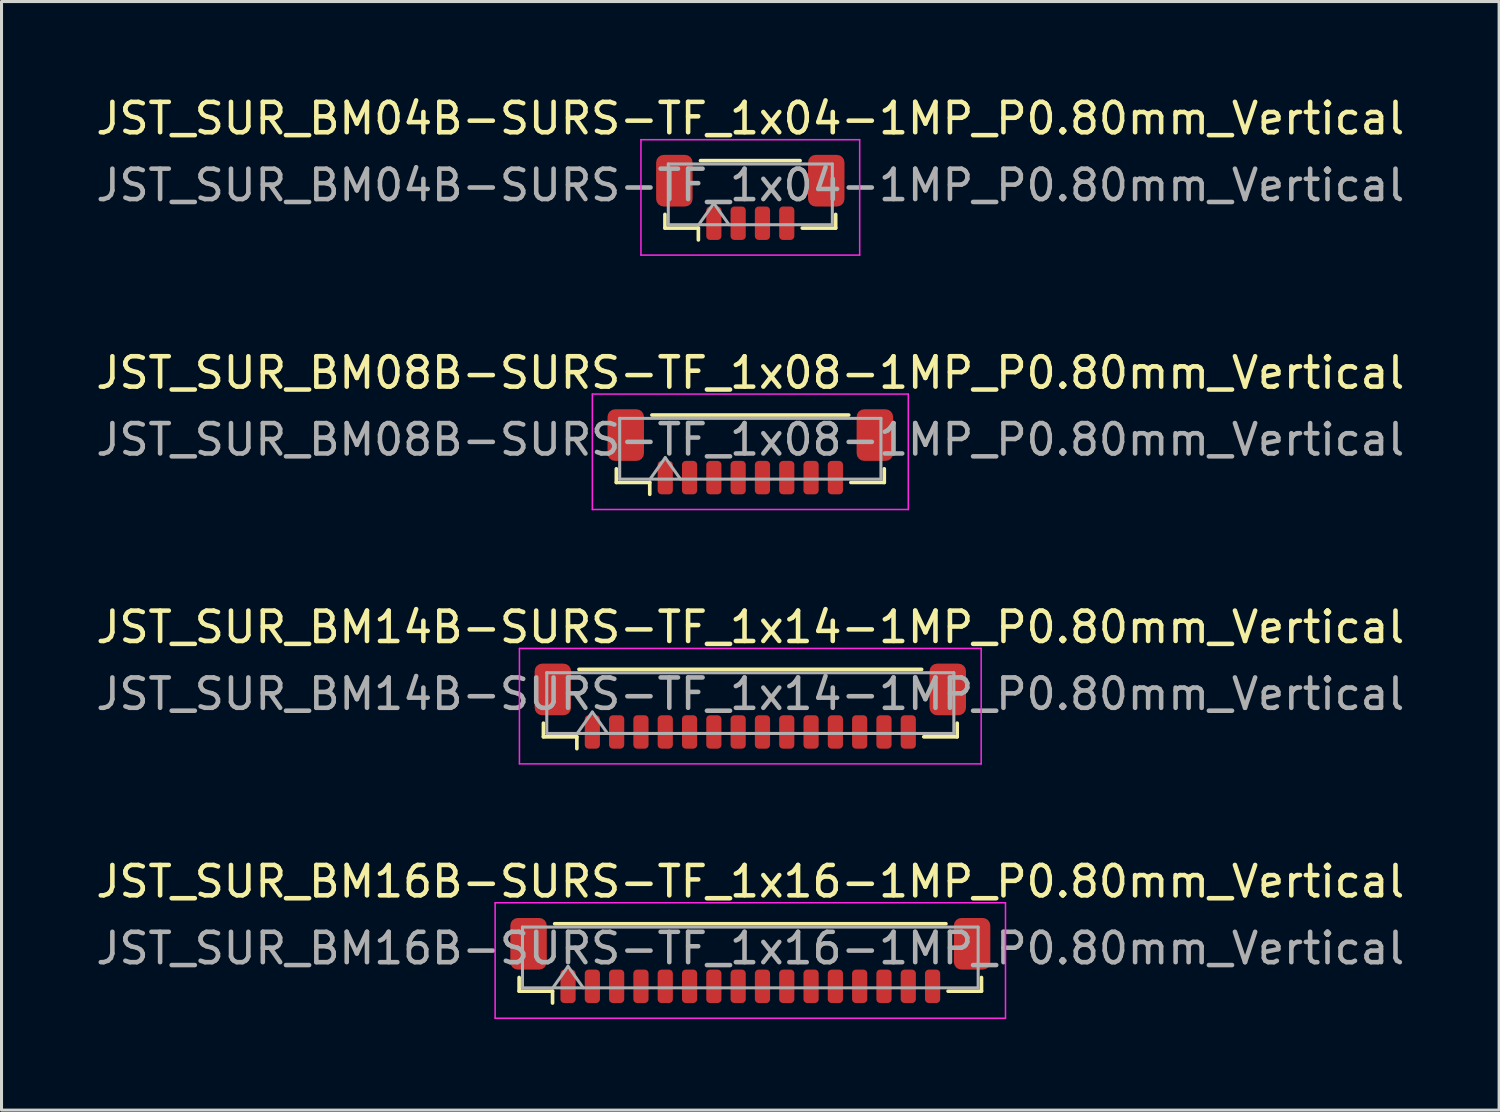
<source format=kicad_pcb>
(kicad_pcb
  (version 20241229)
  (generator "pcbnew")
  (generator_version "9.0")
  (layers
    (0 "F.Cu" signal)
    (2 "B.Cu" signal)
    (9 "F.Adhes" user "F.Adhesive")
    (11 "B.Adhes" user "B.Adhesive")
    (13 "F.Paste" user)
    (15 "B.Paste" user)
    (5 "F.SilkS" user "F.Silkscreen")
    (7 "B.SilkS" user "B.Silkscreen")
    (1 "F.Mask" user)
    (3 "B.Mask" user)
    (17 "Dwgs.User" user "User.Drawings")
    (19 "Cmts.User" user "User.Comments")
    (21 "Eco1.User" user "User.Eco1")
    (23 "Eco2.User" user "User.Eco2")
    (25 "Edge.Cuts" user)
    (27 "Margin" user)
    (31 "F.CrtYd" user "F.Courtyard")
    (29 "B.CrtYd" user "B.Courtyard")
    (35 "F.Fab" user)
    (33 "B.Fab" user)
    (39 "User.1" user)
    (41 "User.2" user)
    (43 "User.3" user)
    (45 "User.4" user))
  (footprint "JST_SUR_BM16B-SURS-TF_1x16-1MP_P0.80mm_Vertical"
    (layer "F.Cu")
    (at 21.649 28.568)
    (property "Reference" "JST_SUR_BM16B-SURS-TF_1x16-1MP_P0.80mm_Vertical" (at 0 -2.6 0) (layer "F.SilkS") (effects (font (size 1 1) (thickness 0.15))))
    (attr smd)
    (fp_line (start -7.61 0.56) (end -7.61 1.01) (stroke (width 0.12) (type solid)) (layer "F.SilkS"))
    (fp_line (start -7.61 1.01) (end -6.51 1.01) (stroke (width 0.12) (type solid)) (layer "F.SilkS"))
    (fp_line (start -6.51 1.01) (end -6.51 1.4) (stroke (width 0.12) (type solid)) (layer "F.SilkS"))
    (fp_line (start -6.44 -1.21) (end 6.44 -1.21) (stroke (width 0.12) (type solid)) (layer "F.SilkS"))
    (fp_line (start 7.61 0.56) (end 7.61 1.01) (stroke (width 0.12) (type solid)) (layer "F.SilkS"))
    (fp_line (start 7.61 1.01) (end 6.51 1.01) (stroke (width 0.12) (type solid)) (layer "F.SilkS"))
    (fp_line (start -8.4 -1.9) (end -8.4 1.9) (stroke (width 0.05) (type solid)) (layer "F.CrtYd"))
    (fp_line (start -8.4 1.9) (end 8.4 1.9) (stroke (width 0.05) (type solid)) (layer "F.CrtYd"))
    (fp_line (start 8.4 -1.9) (end -8.4 -1.9) (stroke (width 0.05) (type solid)) (layer "F.CrtYd"))
    (fp_line (start 8.4 1.9) (end 8.4 -1.9) (stroke (width 0.05) (type solid)) (layer "F.CrtYd"))
    (fp_line (start -7.5 -1.1) (end 7.5 -1.1) (stroke (width 0.1) (type solid)) (layer "F.Fab"))
    (fp_line (start -7.5 0.9) (end -7.5 -1.1) (stroke (width 0.1) (type solid)) (layer "F.Fab"))
    (fp_line (start -7.5 0.9) (end 7.5 0.9) (stroke (width 0.1) (type solid)) (layer "F.Fab"))
    (fp_line (start -6.5 0.9) (end -6 0.193) (stroke (width 0.1) (type solid)) (layer "F.Fab"))
    (fp_line (start -6 0.193) (end -5.5 0.9) (stroke (width 0.1) (type solid)) (layer "F.Fab"))
    (fp_line (start 7.5 0.9) (end 7.5 -1.1) (stroke (width 0.1) (type solid)) (layer "F.Fab"))
    (fp_text user "${REFERENCE}" (at 0 -0.4 0) (layer "F.Fab") (effects (font (size 1 1) (thickness 0.15))))
    (pad "1" smd roundrect (at -6 0.85) (size 0.5 1.1) (layers "F.Cu" "F.Mask" "F.Paste") (roundrect_rratio 0.25))
    (pad "2" smd roundrect (at -5.2 0.85) (size 0.5 1.1) (layers "F.Cu" "F.Mask" "F.Paste") (roundrect_rratio 0.25))
    (pad "3" smd roundrect (at -4.4 0.85) (size 0.5 1.1) (layers "F.Cu" "F.Mask" "F.Paste") (roundrect_rratio 0.25))
    (pad "4" smd roundrect (at -3.6 0.85) (size 0.5 1.1) (layers "F.Cu" "F.Mask" "F.Paste") (roundrect_rratio 0.25))
    (pad "5" smd roundrect (at -2.8 0.85) (size 0.5 1.1) (layers "F.Cu" "F.Mask" "F.Paste") (roundrect_rratio 0.25))
    (pad "6" smd roundrect (at -2 0.85) (size 0.5 1.1) (layers "F.Cu" "F.Mask" "F.Paste") (roundrect_rratio 0.25))
    (pad "7" smd roundrect (at -1.2 0.85) (size 0.5 1.1) (layers "F.Cu" "F.Mask" "F.Paste") (roundrect_rratio 0.25))
    (pad "8" smd roundrect (at -0.4 0.85) (size 0.5 1.1) (layers "F.Cu" "F.Mask" "F.Paste") (roundrect_rratio 0.25))
    (pad "9" smd roundrect (at 0.4 0.85) (size 0.5 1.1) (layers "F.Cu" "F.Mask" "F.Paste") (roundrect_rratio 0.25))
    (pad "10" smd roundrect (at 1.2 0.85) (size 0.5 1.1) (layers "F.Cu" "F.Mask" "F.Paste") (roundrect_rratio 0.25))
    (pad "11" smd roundrect (at 2 0.85) (size 0.5 1.1) (layers "F.Cu" "F.Mask" "F.Paste") (roundrect_rratio 0.25))
    (pad "12" smd roundrect (at 2.8 0.85) (size 0.5 1.1) (layers "F.Cu" "F.Mask" "F.Paste") (roundrect_rratio 0.25))
    (pad "13" smd roundrect (at 3.6 0.85) (size 0.5 1.1) (layers "F.Cu" "F.Mask" "F.Paste") (roundrect_rratio 0.25))
    (pad "14" smd roundrect (at 4.4 0.85) (size 0.5 1.1) (layers "F.Cu" "F.Mask" "F.Paste") (roundrect_rratio 0.25))
    (pad "15" smd roundrect (at 5.2 0.85) (size 0.5 1.1) (layers "F.Cu" "F.Mask" "F.Paste") (roundrect_rratio 0.25))
    (pad "16" smd roundrect (at 6 0.85) (size 0.5 1.1) (layers "F.Cu" "F.Mask" "F.Paste") (roundrect_rratio 0.25))
    (pad "MP" smd roundrect (at -7.3 -0.55) (size 1.2 1.7) (layers "F.Cu" "F.Mask" "F.Paste") (roundrect_rratio 0.208))
    (pad "MP" smd roundrect (at 7.3 -0.55) (size 1.2 1.7) (layers "F.Cu" "F.Mask" "F.Paste") (roundrect_rratio 0.208)))
  (footprint "JST_SUR_BM14B-SURS-TF_1x14-1MP_P0.80mm_Vertical"
    (layer "F.Cu")
    (at 21.649 20.195)
    (property "Reference" "JST_SUR_BM14B-SURS-TF_1x14-1MP_P0.80mm_Vertical" (at 0 -2.6 0) (layer "F.SilkS") (effects (font (size 1 1) (thickness 0.15))))
    (attr smd)
    (fp_line (start -6.81 0.56) (end -6.81 1.01) (stroke (width 0.12) (type solid)) (layer "F.SilkS"))
    (fp_line (start -6.81 1.01) (end -5.71 1.01) (stroke (width 0.12) (type solid)) (layer "F.SilkS"))
    (fp_line (start -5.71 1.01) (end -5.71 1.4) (stroke (width 0.12) (type solid)) (layer "F.SilkS"))
    (fp_line (start -5.64 -1.21) (end 5.64 -1.21) (stroke (width 0.12) (type solid)) (layer "F.SilkS"))
    (fp_line (start 6.81 0.56) (end 6.81 1.01) (stroke (width 0.12) (type solid)) (layer "F.SilkS"))
    (fp_line (start 6.81 1.01) (end 5.71 1.01) (stroke (width 0.12) (type solid)) (layer "F.SilkS"))
    (fp_line (start -7.6 -1.9) (end -7.6 1.9) (stroke (width 0.05) (type solid)) (layer "F.CrtYd"))
    (fp_line (start -7.6 1.9) (end 7.6 1.9) (stroke (width 0.05) (type solid)) (layer "F.CrtYd"))
    (fp_line (start 7.6 -1.9) (end -7.6 -1.9) (stroke (width 0.05) (type solid)) (layer "F.CrtYd"))
    (fp_line (start 7.6 1.9) (end 7.6 -1.9) (stroke (width 0.05) (type solid)) (layer "F.CrtYd"))
    (fp_line (start -6.7 -1.1) (end 6.7 -1.1) (stroke (width 0.1) (type solid)) (layer "F.Fab"))
    (fp_line (start -6.7 0.9) (end -6.7 -1.1) (stroke (width 0.1) (type solid)) (layer "F.Fab"))
    (fp_line (start -6.7 0.9) (end 6.7 0.9) (stroke (width 0.1) (type solid)) (layer "F.Fab"))
    (fp_line (start -5.7 0.9) (end -5.2 0.193) (stroke (width 0.1) (type solid)) (layer "F.Fab"))
    (fp_line (start -5.2 0.193) (end -4.7 0.9) (stroke (width 0.1) (type solid)) (layer "F.Fab"))
    (fp_line (start 6.7 0.9) (end 6.7 -1.1) (stroke (width 0.1) (type solid)) (layer "F.Fab"))
    (fp_text user "${REFERENCE}" (at 0 -0.4 0) (layer "F.Fab") (effects (font (size 1 1) (thickness 0.15))))
    (pad "1" smd roundrect (at -5.2 0.85) (size 0.5 1.1) (layers "F.Cu" "F.Mask" "F.Paste") (roundrect_rratio 0.25))
    (pad "2" smd roundrect (at -4.4 0.85) (size 0.5 1.1) (layers "F.Cu" "F.Mask" "F.Paste") (roundrect_rratio 0.25))
    (pad "3" smd roundrect (at -3.6 0.85) (size 0.5 1.1) (layers "F.Cu" "F.Mask" "F.Paste") (roundrect_rratio 0.25))
    (pad "4" smd roundrect (at -2.8 0.85) (size 0.5 1.1) (layers "F.Cu" "F.Mask" "F.Paste") (roundrect_rratio 0.25))
    (pad "5" smd roundrect (at -2 0.85) (size 0.5 1.1) (layers "F.Cu" "F.Mask" "F.Paste") (roundrect_rratio 0.25))
    (pad "6" smd roundrect (at -1.2 0.85) (size 0.5 1.1) (layers "F.Cu" "F.Mask" "F.Paste") (roundrect_rratio 0.25))
    (pad "7" smd roundrect (at -0.4 0.85) (size 0.5 1.1) (layers "F.Cu" "F.Mask" "F.Paste") (roundrect_rratio 0.25))
    (pad "8" smd roundrect (at 0.4 0.85) (size 0.5 1.1) (layers "F.Cu" "F.Mask" "F.Paste") (roundrect_rratio 0.25))
    (pad "9" smd roundrect (at 1.2 0.85) (size 0.5 1.1) (layers "F.Cu" "F.Mask" "F.Paste") (roundrect_rratio 0.25))
    (pad "10" smd roundrect (at 2 0.85) (size 0.5 1.1) (layers "F.Cu" "F.Mask" "F.Paste") (roundrect_rratio 0.25))
    (pad "11" smd roundrect (at 2.8 0.85) (size 0.5 1.1) (layers "F.Cu" "F.Mask" "F.Paste") (roundrect_rratio 0.25))
    (pad "12" smd roundrect (at 3.6 0.85) (size 0.5 1.1) (layers "F.Cu" "F.Mask" "F.Paste") (roundrect_rratio 0.25))
    (pad "13" smd roundrect (at 4.4 0.85) (size 0.5 1.1) (layers "F.Cu" "F.Mask" "F.Paste") (roundrect_rratio 0.25))
    (pad "14" smd roundrect (at 5.2 0.85) (size 0.5 1.1) (layers "F.Cu" "F.Mask" "F.Paste") (roundrect_rratio 0.25))
    (pad "MP" smd roundrect (at -6.5 -0.55) (size 1.2 1.7) (layers "F.Cu" "F.Mask" "F.Paste") (roundrect_rratio 0.208))
    (pad "MP" smd roundrect (at 6.5 -0.55) (size 1.2 1.7) (layers "F.Cu" "F.Mask" "F.Paste") (roundrect_rratio 0.208)))
  (footprint "JST_SUR_BM08B-SURS-TF_1x08-1MP_P0.80mm_Vertical"
    (layer "F.Cu")
    (at 21.649 11.822)
    (property "Reference" "JST_SUR_BM08B-SURS-TF_1x08-1MP_P0.80mm_Vertical" (at 0 -2.6 0) (layer "F.SilkS") (effects (font (size 1 1) (thickness 0.15))))
    (attr smd)
    (fp_line (start -4.41 0.56) (end -4.41 1.01) (stroke (width 0.12) (type solid)) (layer "F.SilkS"))
    (fp_line (start -4.41 1.01) (end -3.31 1.01) (stroke (width 0.12) (type solid)) (layer "F.SilkS"))
    (fp_line (start -3.31 1.01) (end -3.31 1.4) (stroke (width 0.12) (type solid)) (layer "F.SilkS"))
    (fp_line (start -3.24 -1.21) (end 3.24 -1.21) (stroke (width 0.12) (type solid)) (layer "F.SilkS"))
    (fp_line (start 4.41 0.56) (end 4.41 1.01) (stroke (width 0.12) (type solid)) (layer "F.SilkS"))
    (fp_line (start 4.41 1.01) (end 3.31 1.01) (stroke (width 0.12) (type solid)) (layer "F.SilkS"))
    (fp_line (start -5.2 -1.9) (end -5.2 1.9) (stroke (width 0.05) (type solid)) (layer "F.CrtYd"))
    (fp_line (start -5.2 1.9) (end 5.2 1.9) (stroke (width 0.05) (type solid)) (layer "F.CrtYd"))
    (fp_line (start 5.2 -1.9) (end -5.2 -1.9) (stroke (width 0.05) (type solid)) (layer "F.CrtYd"))
    (fp_line (start 5.2 1.9) (end 5.2 -1.9) (stroke (width 0.05) (type solid)) (layer "F.CrtYd"))
    (fp_line (start -4.3 -1.1) (end 4.3 -1.1) (stroke (width 0.1) (type solid)) (layer "F.Fab"))
    (fp_line (start -4.3 0.9) (end -4.3 -1.1) (stroke (width 0.1) (type solid)) (layer "F.Fab"))
    (fp_line (start -4.3 0.9) (end 4.3 0.9) (stroke (width 0.1) (type solid)) (layer "F.Fab"))
    (fp_line (start -3.3 0.9) (end -2.8 0.193) (stroke (width 0.1) (type solid)) (layer "F.Fab"))
    (fp_line (start -2.8 0.193) (end -2.3 0.9) (stroke (width 0.1) (type solid)) (layer "F.Fab"))
    (fp_line (start 4.3 0.9) (end 4.3 -1.1) (stroke (width 0.1) (type solid)) (layer "F.Fab"))
    (fp_text user "${REFERENCE}" (at 0 -0.4 0) (layer "F.Fab") (effects (font (size 1 1) (thickness 0.15))))
    (pad "1" smd roundrect (at -2.8 0.85) (size 0.5 1.1) (layers "F.Cu" "F.Mask" "F.Paste") (roundrect_rratio 0.25))
    (pad "2" smd roundrect (at -2 0.85) (size 0.5 1.1) (layers "F.Cu" "F.Mask" "F.Paste") (roundrect_rratio 0.25))
    (pad "3" smd roundrect (at -1.2 0.85) (size 0.5 1.1) (layers "F.Cu" "F.Mask" "F.Paste") (roundrect_rratio 0.25))
    (pad "4" smd roundrect (at -0.4 0.85) (size 0.5 1.1) (layers "F.Cu" "F.Mask" "F.Paste") (roundrect_rratio 0.25))
    (pad "5" smd roundrect (at 0.4 0.85) (size 0.5 1.1) (layers "F.Cu" "F.Mask" "F.Paste") (roundrect_rratio 0.25))
    (pad "6" smd roundrect (at 1.2 0.85) (size 0.5 1.1) (layers "F.Cu" "F.Mask" "F.Paste") (roundrect_rratio 0.25))
    (pad "7" smd roundrect (at 2 0.85) (size 0.5 1.1) (layers "F.Cu" "F.Mask" "F.Paste") (roundrect_rratio 0.25))
    (pad "8" smd roundrect (at 2.8 0.85) (size 0.5 1.1) (layers "F.Cu" "F.Mask" "F.Paste") (roundrect_rratio 0.25))
    (pad "MP" smd roundrect (at -4.1 -0.55) (size 1.2 1.7) (layers "F.Cu" "F.Mask" "F.Paste") (roundrect_rratio 0.208))
    (pad "MP" smd roundrect (at 4.1 -0.55) (size 1.2 1.7) (layers "F.Cu" "F.Mask" "F.Paste") (roundrect_rratio 0.208)))
  (footprint "JST_SUR_BM04B-SURS-TF_1x04-1MP_P0.80mm_Vertical"
    (layer "F.Cu")
    (at 21.649 3.448)
    (property "Reference" "JST_SUR_BM04B-SURS-TF_1x04-1MP_P0.80mm_Vertical" (at 0 -2.6 0) (layer "F.SilkS") (effects (font (size 1 1) (thickness 0.15))))
    (attr smd)
    (fp_line (start -2.81 0.56) (end -2.81 1.01) (stroke (width 0.12) (type solid)) (layer "F.SilkS"))
    (fp_line (start -2.81 1.01) (end -1.71 1.01) (stroke (width 0.12) (type solid)) (layer "F.SilkS"))
    (fp_line (start -1.71 1.01) (end -1.71 1.4) (stroke (width 0.12) (type solid)) (layer "F.SilkS"))
    (fp_line (start -1.64 -1.21) (end 1.64 -1.21) (stroke (width 0.12) (type solid)) (layer "F.SilkS"))
    (fp_line (start 2.81 0.56) (end 2.81 1.01) (stroke (width 0.12) (type solid)) (layer "F.SilkS"))
    (fp_line (start 2.81 1.01) (end 1.71 1.01) (stroke (width 0.12) (type solid)) (layer "F.SilkS"))
    (fp_line (start -3.6 -1.9) (end -3.6 1.9) (stroke (width 0.05) (type solid)) (layer "F.CrtYd"))
    (fp_line (start -3.6 1.9) (end 3.6 1.9) (stroke (width 0.05) (type solid)) (layer "F.CrtYd"))
    (fp_line (start 3.6 -1.9) (end -3.6 -1.9) (stroke (width 0.05) (type solid)) (layer "F.CrtYd"))
    (fp_line (start 3.6 1.9) (end 3.6 -1.9) (stroke (width 0.05) (type solid)) (layer "F.CrtYd"))
    (fp_line (start -2.7 -1.1) (end 2.7 -1.1) (stroke (width 0.1) (type solid)) (layer "F.Fab"))
    (fp_line (start -2.7 0.9) (end -2.7 -1.1) (stroke (width 0.1) (type solid)) (layer "F.Fab"))
    (fp_line (start -2.7 0.9) (end 2.7 0.9) (stroke (width 0.1) (type solid)) (layer "F.Fab"))
    (fp_line (start -1.7 0.9) (end -1.2 0.193) (stroke (width 0.1) (type solid)) (layer "F.Fab"))
    (fp_line (start -1.2 0.193) (end -0.7 0.9) (stroke (width 0.1) (type solid)) (layer "F.Fab"))
    (fp_line (start 2.7 0.9) (end 2.7 -1.1) (stroke (width 0.1) (type solid)) (layer "F.Fab"))
    (fp_text user "${REFERENCE}" (at 0 -0.4 0) (layer "F.Fab") (effects (font (size 1 1) (thickness 0.15))))
    (pad "1" smd roundrect (at -1.2 0.85) (size 0.5 1.1) (layers "F.Cu" "F.Mask" "F.Paste") (roundrect_rratio 0.25))
    (pad "2" smd roundrect (at -0.4 0.85) (size 0.5 1.1) (layers "F.Cu" "F.Mask" "F.Paste") (roundrect_rratio 0.25))
    (pad "3" smd roundrect (at 0.4 0.85) (size 0.5 1.1) (layers "F.Cu" "F.Mask" "F.Paste") (roundrect_rratio 0.25))
    (pad "4" smd roundrect (at 1.2 0.85) (size 0.5 1.1) (layers "F.Cu" "F.Mask" "F.Paste") (roundrect_rratio 0.25))
    (pad "MP" smd roundrect (at -2.5 -0.55) (size 1.2 1.7) (layers "F.Cu" "F.Mask" "F.Paste") (roundrect_rratio 0.208))
    (pad "MP" smd roundrect (at 2.5 -0.55) (size 1.2 1.7) (layers "F.Cu" "F.Mask" "F.Paste") (roundrect_rratio 0.208)))
  (gr_rect
    (start -3 -3)
    (end 46.298 33.493)
    (stroke (width 0.1) (type default))
    (fill no)
    (layer "Edge.Cuts")))
</source>
